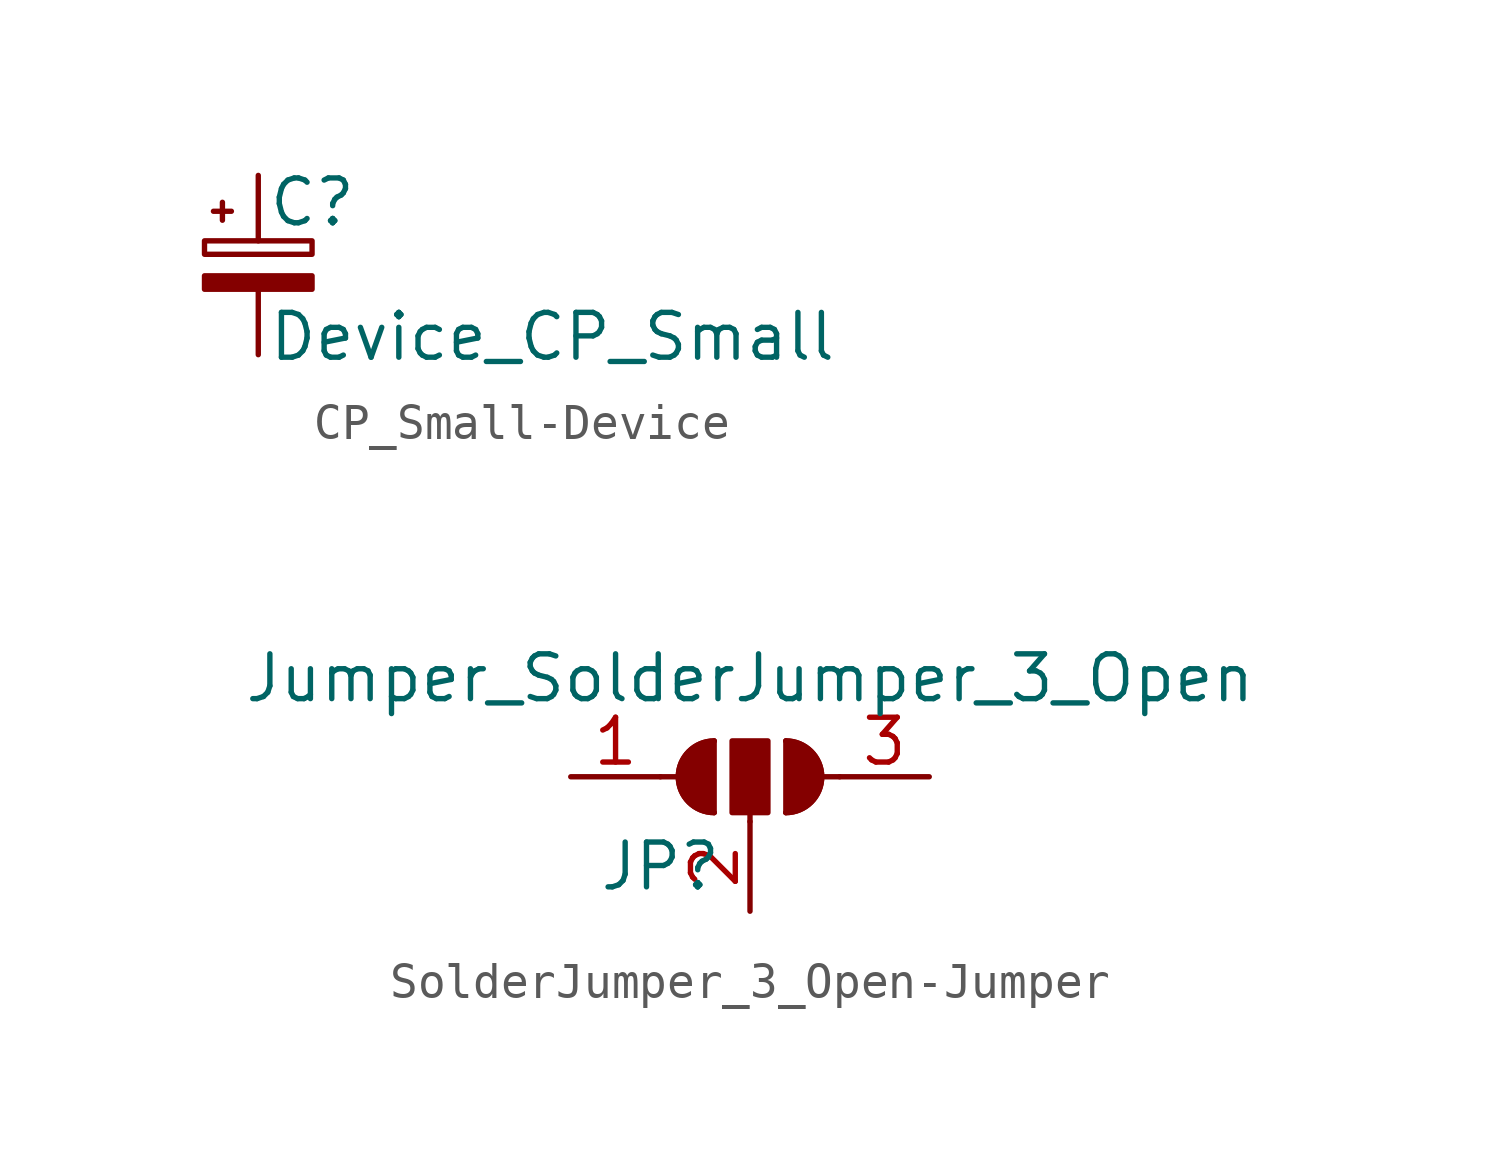
<source format=kicad_sym>
(kicad_symbol_lib
  (version 20241209)
  (generator "kicad_symbol_editor")
  (generator_version "9.0")
  (symbol "CP_Small-Device"
    (pin_numbers
      (hide yes))
    (pin_names
      (offset 0.254)
      (hide yes))
    (property "Reference" "C"
      (at 0.254 1.778 0)
      (effects (font (size 1.27 1.27)) (justify left)))
    (property "Value" "Device_CP_Small"
      (at 0.254 -2.032 0)
      (effects (font (size 1.27 1.27)) (justify left)))
    (symbol "CP_Small-Device_0_1"
      (rectangle (start -1.524 0.686) (end 1.524 0.305) (stroke (width 0) (type solid)) (fill (type none)))
      (rectangle (start -1.524 -0.305) (end 1.524 -0.686) (stroke (width 0) (type solid)) (fill (type outline)))
      (polyline (pts (xy -1.27 1.524) (xy -0.762 1.524)) (stroke (width 0) (type solid)) (fill (type none)))
      (polyline (pts (xy -1.016 1.27) (xy -1.016 1.778)) (stroke (width 0) (type solid)) (fill (type none))))
    (symbol "CP_Small-Device_1_1"
      (pin passive line (at 0 2.54 270) (length 1.854) (name "~" (effects (font (size 1.27 1.27)))) (number "1" (effects (font (size 1.27 1.27)))))
      (pin passive line (at 0 -2.54 90) (length 1.854) (name "~" (effects (font (size 1.27 1.27)))) (number "2" (effects (font (size 1.27 1.27)))))))
  (symbol "SolderJumper_3_Open-Jumper"
    (pin_names
      (offset 0)
      (hide yes))
    (property "Reference" "JP"
      (at -2.54 -2.54 0)
      (effects (font (size 1.27 1.27))))
    (property "Value" "Jumper_SolderJumper_3_Open"
      (at 0 2.794 0)
      (effects (font (size 1.27 1.27))))
    (symbol "SolderJumper_3_Open-Jumper_0_1"
      (polyline (pts (xy -2.54 0) (xy -2.032 0)) (stroke (width 0) (type solid)) (fill (type none)))
      (polyline (pts (xy -1.016 1.016) (xy -1.016 -1.016)) (stroke (width 0) (type solid)) (fill (type none)))
      (arc (start -1.016 -1.016) (mid -2.032 0) (end -1.016 1.016) (stroke (width 0) (type solid)) (fill (type none)))
      (arc (start -1.016 -1.016) (mid -2.032 0) (end -1.016 1.016) (stroke (width 0) (type solid)) (fill (type outline)))
      (rectangle (start -0.508 1.016) (end 0.508 -1.016) (stroke (width 0) (type solid)) (fill (type outline)))
      (polyline (pts (xy 0 -1.27) (xy 0 -1.016)) (stroke (width 0) (type solid)) (fill (type none)))
      (polyline (pts (xy 1.016 1.016) (xy 1.016 -1.016)) (stroke (width 0) (type solid)) (fill (type none)))
      (arc (start 1.016 1.016) (mid 2.032 0) (end 1.016 -1.016) (stroke (width 0) (type solid)) (fill (type none)))
      (arc (start 1.016 1.016) (mid 2.032 0) (end 1.016 -1.016) (stroke (width 0) (type solid)) (fill (type outline)))
      (polyline (pts (xy 2.54 0) (xy 2.032 0)) (stroke (width 0) (type solid)) (fill (type none))))
    (symbol "SolderJumper_3_Open-Jumper_1_1"
      (pin passive line (at -5.08 0 0) (length 2.54) (name "A" (effects (font (size 1.27 1.27)))) (number "1" (effects (font (size 1.27 1.27)))))
      (pin input line (at 0 -3.81 90) (length 2.54) (name "C" (effects (font (size 1.27 1.27)))) (number "2" (effects (font (size 1.27 1.27)))))
      (pin passive line (at 5.08 0 180) (length 2.54) (name "B" (effects (font (size 1.27 1.27)))) (number "3" (effects (font (size 1.27 1.27))))))))
</source>
